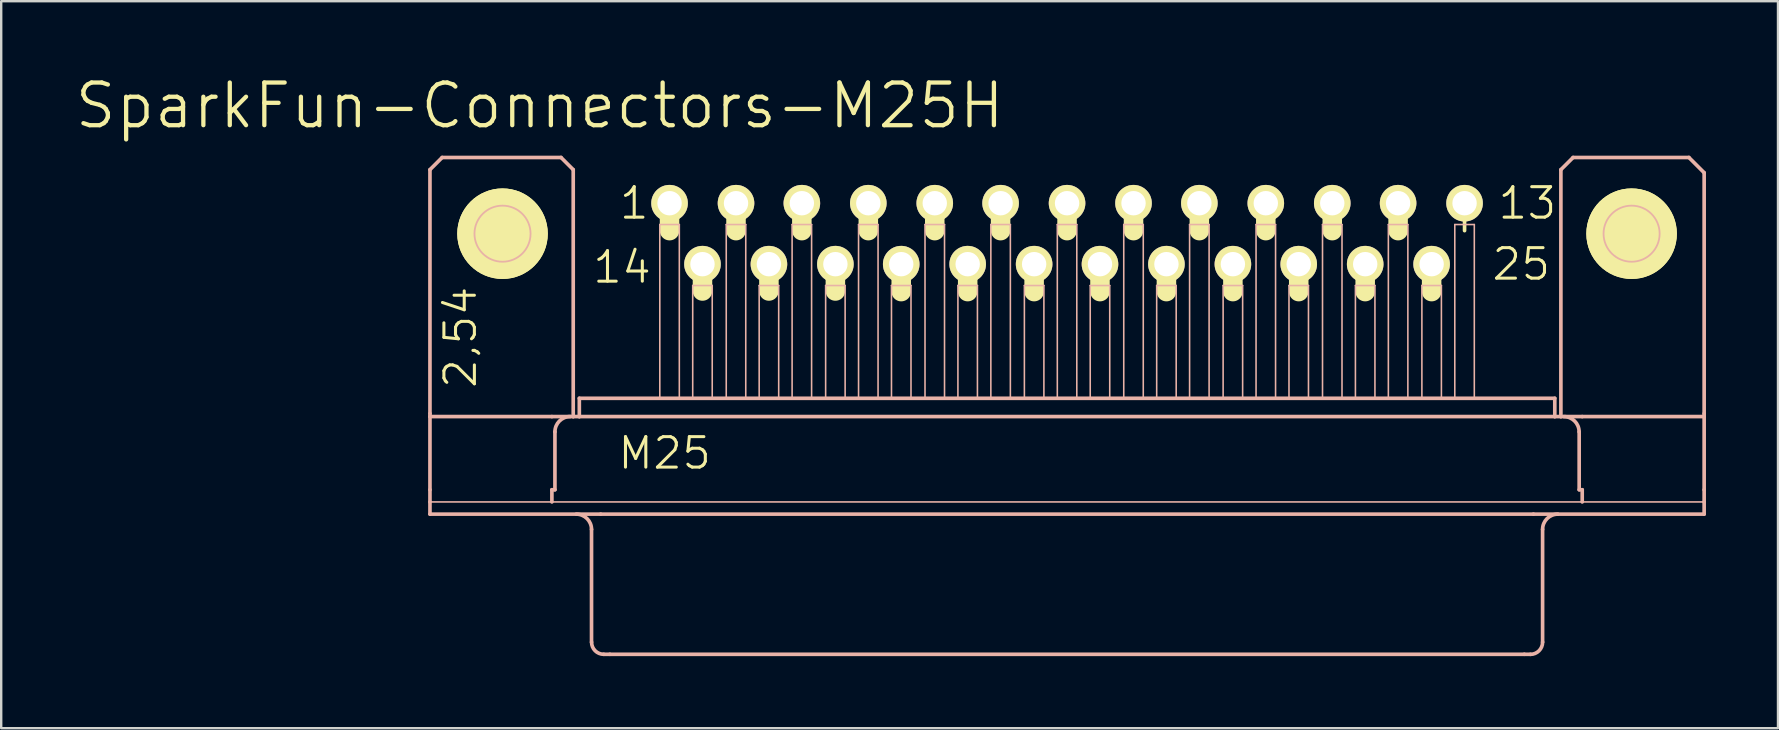
<source format=kicad_pcb>
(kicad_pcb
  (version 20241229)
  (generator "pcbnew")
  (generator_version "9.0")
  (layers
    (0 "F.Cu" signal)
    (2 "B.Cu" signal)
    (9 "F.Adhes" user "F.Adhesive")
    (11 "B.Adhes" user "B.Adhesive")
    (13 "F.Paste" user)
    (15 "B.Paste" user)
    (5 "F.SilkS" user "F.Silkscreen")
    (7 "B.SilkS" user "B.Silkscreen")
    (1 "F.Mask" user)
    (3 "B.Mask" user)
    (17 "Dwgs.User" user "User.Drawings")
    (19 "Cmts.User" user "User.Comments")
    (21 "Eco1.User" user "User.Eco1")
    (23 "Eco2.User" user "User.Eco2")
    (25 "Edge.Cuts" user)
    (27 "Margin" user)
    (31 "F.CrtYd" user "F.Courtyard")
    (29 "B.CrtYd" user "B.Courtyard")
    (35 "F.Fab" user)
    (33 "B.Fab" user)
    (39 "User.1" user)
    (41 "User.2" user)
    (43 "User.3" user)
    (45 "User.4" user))
  (footprint "SparkFun-Connectors-M25H"
    (layer "F.Cu")
    (at 41.406 6.686)
    (property "Reference" "SparkFun-Connectors-M25H" (at -21.971 -5.334 0) (layer "F.SilkS") (effects (font (size 1.778 1.778) (thickness 0.178))))
    (attr exclude_from_pos_files exclude_from_bom)
    (fp_line (start -25.171 0) (end -21.869 0) (stroke (width 0.127) (type solid)) (layer "F.SilkS"))
    (fp_line (start -23.52 1.651) (end -23.52 -1.651) (stroke (width 0.127) (type solid)) (layer "F.SilkS"))
    (fp_line (start -16.561 -1.143) (end -16.561 -0.127) (stroke (width 0.813) (type solid)) (layer "F.SilkS"))
    (fp_line (start -15.189 1.372) (end -15.189 2.388) (stroke (width 0.813) (type solid)) (layer "F.SilkS"))
    (fp_line (start -13.792 -1.143) (end -13.792 -0.127) (stroke (width 0.813) (type solid)) (layer "F.SilkS"))
    (fp_line (start -12.421 1.372) (end -12.421 2.388) (stroke (width 0.813) (type solid)) (layer "F.SilkS"))
    (fp_line (start -11.049 -1.143) (end -11.049 -0.127) (stroke (width 0.813) (type solid)) (layer "F.SilkS"))
    (fp_line (start -9.652 1.372) (end -9.652 2.388) (stroke (width 0.813) (type solid)) (layer "F.SilkS"))
    (fp_line (start -8.28 -1.143) (end -8.28 -0.127) (stroke (width 0.813) (type solid)) (layer "F.SilkS"))
    (fp_line (start -6.909 1.397) (end -6.909 2.413) (stroke (width 0.813) (type solid)) (layer "F.SilkS"))
    (fp_line (start -5.512 -1.143) (end -5.512 -0.127) (stroke (width 0.813) (type solid)) (layer "F.SilkS"))
    (fp_line (start -4.14 1.397) (end -4.14 2.413) (stroke (width 0.813) (type solid)) (layer "F.SilkS"))
    (fp_line (start -2.769 -1.143) (end -2.769 -0.127) (stroke (width 0.813) (type solid)) (layer "F.SilkS"))
    (fp_line (start -1.372 1.397) (end -1.372 2.413) (stroke (width 0.813) (type solid)) (layer "F.SilkS"))
    (fp_line (start 0 -1.143) (end 0 -0.127) (stroke (width 0.813) (type solid)) (layer "F.SilkS"))
    (fp_line (start 1.372 1.397) (end 1.372 2.413) (stroke (width 0.813) (type solid)) (layer "F.SilkS"))
    (fp_line (start 2.769 -1.143) (end 2.769 -0.127) (stroke (width 0.813) (type solid)) (layer "F.SilkS"))
    (fp_line (start 4.14 1.397) (end 4.14 2.413) (stroke (width 0.813) (type solid)) (layer "F.SilkS"))
    (fp_line (start 5.512 -1.143) (end 5.512 -0.127) (stroke (width 0.813) (type solid)) (layer "F.SilkS"))
    (fp_line (start 6.909 1.397) (end 6.909 2.413) (stroke (width 0.813) (type solid)) (layer "F.SilkS"))
    (fp_line (start 8.28 -1.143) (end 8.28 -0.127) (stroke (width 0.813) (type solid)) (layer "F.SilkS"))
    (fp_line (start 9.652 1.397) (end 9.652 2.413) (stroke (width 0.813) (type solid)) (layer "F.SilkS"))
    (fp_line (start 11.049 -1.143) (end 11.049 -0.127) (stroke (width 0.813) (type solid)) (layer "F.SilkS"))
    (fp_line (start 12.421 1.397) (end 12.421 2.413) (stroke (width 0.813) (type solid)) (layer "F.SilkS"))
    (fp_line (start 13.792 -1.143) (end 13.792 -0.127) (stroke (width 0.813) (type solid)) (layer "F.SilkS"))
    (fp_line (start 15.189 1.397) (end 15.189 2.413) (stroke (width 0.813) (type solid)) (layer "F.SilkS"))
    (fp_line (start 16.561 -1.143) (end 16.561 -0.127) (stroke (width 0.152) (type solid)) (layer "F.SilkS"))
    (fp_line (start 21.869 0) (end 25.171 0) (stroke (width 0.127) (type solid)) (layer "F.SilkS"))
    (fp_line (start 23.52 1.651) (end 23.52 -1.651) (stroke (width 0.127) (type solid)) (layer "F.SilkS"))
    (fp_circle (center -23.52 0) (end -24.854 1.333) (stroke (width 0) (type solid)) (fill yes) (layer "F.SilkS"))
    (fp_circle (center -23.52 0) (end -24.854 1.333) (stroke (width 0) (type solid)) (fill yes) (layer "F.SilkS"))
    (fp_circle (center -23.52 0) (end -24.346 0.826) (stroke (width 0.127) (type solid)) (fill no) (layer "F.SilkS"))
    (fp_circle (center 23.52 0) (end 24.346 0.826) (stroke (width 0.127) (type solid)) (fill no) (layer "F.SilkS"))
    (fp_circle (center 23.52 0) (end 24.854 1.333) (stroke (width 0) (type solid)) (fill yes) (layer "F.SilkS"))
    (fp_circle (center 23.52 0) (end 24.854 1.333) (stroke (width 0) (type solid)) (fill yes) (layer "F.SilkS"))
    (fp_line (start -26.543 -2.667) (end -26.543 7.493) (stroke (width 0.152) (type solid)) (layer "B.SilkS"))
    (fp_line (start -26.543 7.62) (end -26.543 7.493) (stroke (width 0.152) (type solid)) (layer "B.SilkS"))
    (fp_line (start -26.543 10.668) (end -26.543 7.62) (stroke (width 0.152) (type solid)) (layer "B.SilkS"))
    (fp_line (start -26.543 11.176) (end -26.543 10.668) (stroke (width 0.152) (type solid)) (layer "B.SilkS"))
    (fp_line (start -26.543 11.176) (end 26.543 11.176) (stroke (width 0.066) (type solid)) (layer "B.SilkS"))
    (fp_line (start -26.543 11.684) (end -26.543 11.176) (stroke (width 0.066) (type solid)) (layer "B.SilkS"))
    (fp_line (start -26.543 11.684) (end -26.543 11.176) (stroke (width 0.152) (type solid)) (layer "B.SilkS"))
    (fp_line (start -26.543 11.684) (end 26.543 11.684) (stroke (width 0.066) (type solid)) (layer "B.SilkS"))
    (fp_line (start -26.035 -3.175) (end -26.543 -2.667) (stroke (width 0.152) (type solid)) (layer "B.SilkS"))
    (fp_line (start -21.463 7.62) (end -26.543 7.62) (stroke (width 0.152) (type solid)) (layer "B.SilkS"))
    (fp_line (start -21.463 10.668) (end -21.463 11.176) (stroke (width 0.152) (type solid)) (layer "B.SilkS"))
    (fp_line (start -21.336 8.255) (end -21.336 10.668) (stroke (width 0.152) (type solid)) (layer "B.SilkS"))
    (fp_line (start -21.336 10.668) (end -21.463 10.668) (stroke (width 0.152) (type solid)) (layer "B.SilkS"))
    (fp_line (start -21.082 -3.175) (end -26.035 -3.175) (stroke (width 0.152) (type solid)) (layer "B.SilkS"))
    (fp_line (start -20.574 -2.667) (end -21.082 -3.175) (stroke (width 0.152) (type solid)) (layer "B.SilkS"))
    (fp_line (start -20.574 -2.667) (end -20.574 7.62) (stroke (width 0.152) (type solid)) (layer "B.SilkS"))
    (fp_line (start -20.574 7.62) (end -21.463 7.62) (stroke (width 0.152) (type solid)) (layer "B.SilkS"))
    (fp_line (start -20.32 6.858) (end 20.32 6.858) (stroke (width 0.066) (type solid)) (layer "B.SilkS"))
    (fp_line (start -20.32 7.62) (end -20.574 7.62) (stroke (width 0.152) (type solid)) (layer "B.SilkS"))
    (fp_line (start -20.32 7.62) (end -20.32 6.858) (stroke (width 0.066) (type solid)) (layer "B.SilkS"))
    (fp_line (start -20.32 7.62) (end -20.32 6.858) (stroke (width 0.152) (type solid)) (layer "B.SilkS"))
    (fp_line (start -20.32 7.62) (end 20.32 7.62) (stroke (width 0.066) (type solid)) (layer "B.SilkS"))
    (fp_line (start -19.812 12.319) (end -19.812 17.018) (stroke (width 0.152) (type solid)) (layer "B.SilkS"))
    (fp_line (start -19.431 11.684) (end -26.543 11.684) (stroke (width 0.152) (type solid)) (layer "B.SilkS"))
    (fp_line (start -19.05 17.523) (end -19.304 17.523) (stroke (width 0.152) (type solid)) (layer "B.SilkS"))
    (fp_line (start -16.967 -0.381) (end -16.154 -0.381) (stroke (width 0.066) (type solid)) (layer "B.SilkS"))
    (fp_line (start -16.967 6.858) (end -16.967 -0.381) (stroke (width 0.066) (type solid)) (layer "B.SilkS"))
    (fp_line (start -16.967 6.858) (end -16.154 6.858) (stroke (width 0.066) (type solid)) (layer "B.SilkS"))
    (fp_line (start -16.154 6.858) (end -16.154 -0.381) (stroke (width 0.066) (type solid)) (layer "B.SilkS"))
    (fp_line (start -15.596 2.159) (end -14.783 2.159) (stroke (width 0.066) (type solid)) (layer "B.SilkS"))
    (fp_line (start -15.596 6.858) (end -15.596 2.159) (stroke (width 0.066) (type solid)) (layer "B.SilkS"))
    (fp_line (start -15.596 6.858) (end -14.783 6.858) (stroke (width 0.066) (type solid)) (layer "B.SilkS"))
    (fp_line (start -14.783 6.858) (end -14.783 2.159) (stroke (width 0.066) (type solid)) (layer "B.SilkS"))
    (fp_line (start -14.199 -0.381) (end -13.386 -0.381) (stroke (width 0.066) (type solid)) (layer "B.SilkS"))
    (fp_line (start -14.199 6.858) (end -14.199 -0.381) (stroke (width 0.066) (type solid)) (layer "B.SilkS"))
    (fp_line (start -14.199 6.858) (end -13.386 6.858) (stroke (width 0.066) (type solid)) (layer "B.SilkS"))
    (fp_line (start -13.386 6.858) (end -13.386 -0.381) (stroke (width 0.066) (type solid)) (layer "B.SilkS"))
    (fp_line (start -12.827 2.159) (end -12.014 2.159) (stroke (width 0.066) (type solid)) (layer "B.SilkS"))
    (fp_line (start -12.827 6.858) (end -12.827 2.159) (stroke (width 0.066) (type solid)) (layer "B.SilkS"))
    (fp_line (start -12.827 6.858) (end -12.014 6.858) (stroke (width 0.066) (type solid)) (layer "B.SilkS"))
    (fp_line (start -12.014 6.858) (end -12.014 2.159) (stroke (width 0.066) (type solid)) (layer "B.SilkS"))
    (fp_line (start -11.455 -0.381) (end -10.643 -0.381) (stroke (width 0.066) (type solid)) (layer "B.SilkS"))
    (fp_line (start -11.455 6.858) (end -11.455 -0.381) (stroke (width 0.066) (type solid)) (layer "B.SilkS"))
    (fp_line (start -11.455 6.858) (end -10.643 6.858) (stroke (width 0.066) (type solid)) (layer "B.SilkS"))
    (fp_line (start -10.643 6.858) (end -10.643 -0.381) (stroke (width 0.066) (type solid)) (layer "B.SilkS"))
    (fp_line (start -10.058 2.159) (end -9.246 2.159) (stroke (width 0.066) (type solid)) (layer "B.SilkS"))
    (fp_line (start -10.058 6.858) (end -10.058 2.159) (stroke (width 0.066) (type solid)) (layer "B.SilkS"))
    (fp_line (start -10.058 6.858) (end -9.246 6.858) (stroke (width 0.066) (type solid)) (layer "B.SilkS"))
    (fp_line (start -9.246 6.858) (end -9.246 2.159) (stroke (width 0.066) (type solid)) (layer "B.SilkS"))
    (fp_line (start -8.687 -0.381) (end -7.874 -0.381) (stroke (width 0.066) (type solid)) (layer "B.SilkS"))
    (fp_line (start -8.687 6.858) (end -8.687 -0.381) (stroke (width 0.066) (type solid)) (layer "B.SilkS"))
    (fp_line (start -8.687 6.858) (end -7.874 6.858) (stroke (width 0.066) (type solid)) (layer "B.SilkS"))
    (fp_line (start -7.874 6.858) (end -7.874 -0.381) (stroke (width 0.066) (type solid)) (layer "B.SilkS"))
    (fp_line (start -7.315 2.159) (end -6.502 2.159) (stroke (width 0.066) (type solid)) (layer "B.SilkS"))
    (fp_line (start -7.315 6.858) (end -7.315 2.159) (stroke (width 0.066) (type solid)) (layer "B.SilkS"))
    (fp_line (start -7.315 6.858) (end -6.502 6.858) (stroke (width 0.066) (type solid)) (layer "B.SilkS"))
    (fp_line (start -6.502 6.858) (end -6.502 2.159) (stroke (width 0.066) (type solid)) (layer "B.SilkS"))
    (fp_line (start -5.918 -0.381) (end -5.105 -0.381) (stroke (width 0.066) (type solid)) (layer "B.SilkS"))
    (fp_line (start -5.918 6.858) (end -5.918 -0.381) (stroke (width 0.066) (type solid)) (layer "B.SilkS"))
    (fp_line (start -5.918 6.858) (end -5.105 6.858) (stroke (width 0.066) (type solid)) (layer "B.SilkS"))
    (fp_line (start -5.105 6.858) (end -5.105 -0.381) (stroke (width 0.066) (type solid)) (layer "B.SilkS"))
    (fp_line (start -4.547 2.159) (end -3.734 2.159) (stroke (width 0.066) (type solid)) (layer "B.SilkS"))
    (fp_line (start -4.547 6.858) (end -4.547 2.159) (stroke (width 0.066) (type solid)) (layer "B.SilkS"))
    (fp_line (start -4.547 6.858) (end -3.734 6.858) (stroke (width 0.066) (type solid)) (layer "B.SilkS"))
    (fp_line (start -3.734 6.858) (end -3.734 2.159) (stroke (width 0.066) (type solid)) (layer "B.SilkS"))
    (fp_line (start -3.175 -0.381) (end -2.362 -0.381) (stroke (width 0.066) (type solid)) (layer "B.SilkS"))
    (fp_line (start -3.175 6.858) (end -3.175 -0.381) (stroke (width 0.066) (type solid)) (layer "B.SilkS"))
    (fp_line (start -3.175 6.858) (end -2.362 6.858) (stroke (width 0.066) (type solid)) (layer "B.SilkS"))
    (fp_line (start -2.362 6.858) (end -2.362 -0.381) (stroke (width 0.066) (type solid)) (layer "B.SilkS"))
    (fp_line (start -1.778 2.159) (end -0.965 2.159) (stroke (width 0.066) (type solid)) (layer "B.SilkS"))
    (fp_line (start -1.778 6.858) (end -1.778 2.159) (stroke (width 0.066) (type solid)) (layer "B.SilkS"))
    (fp_line (start -1.778 6.858) (end -0.965 6.858) (stroke (width 0.066) (type solid)) (layer "B.SilkS"))
    (fp_line (start -0.965 6.858) (end -0.965 2.159) (stroke (width 0.066) (type solid)) (layer "B.SilkS"))
    (fp_line (start -0.406 -0.381) (end 0.406 -0.381) (stroke (width 0.066) (type solid)) (layer "B.SilkS"))
    (fp_line (start -0.406 6.858) (end -0.406 -0.381) (stroke (width 0.066) (type solid)) (layer "B.SilkS"))
    (fp_line (start -0.406 6.858) (end 0.406 6.858) (stroke (width 0.066) (type solid)) (layer "B.SilkS"))
    (fp_line (start 0.406 6.858) (end 0.406 -0.381) (stroke (width 0.066) (type solid)) (layer "B.SilkS"))
    (fp_line (start 0.965 2.159) (end 1.778 2.159) (stroke (width 0.066) (type solid)) (layer "B.SilkS"))
    (fp_line (start 0.965 6.858) (end 0.965 2.159) (stroke (width 0.066) (type solid)) (layer "B.SilkS"))
    (fp_line (start 0.965 6.858) (end 1.778 6.858) (stroke (width 0.066) (type solid)) (layer "B.SilkS"))
    (fp_line (start 1.778 6.858) (end 1.778 2.159) (stroke (width 0.066) (type solid)) (layer "B.SilkS"))
    (fp_line (start 2.362 -0.381) (end 3.175 -0.381) (stroke (width 0.066) (type solid)) (layer "B.SilkS"))
    (fp_line (start 2.362 6.858) (end 2.362 -0.381) (stroke (width 0.066) (type solid)) (layer "B.SilkS"))
    (fp_line (start 2.362 6.858) (end 3.175 6.858) (stroke (width 0.066) (type solid)) (layer "B.SilkS"))
    (fp_line (start 3.175 6.858) (end 3.175 -0.381) (stroke (width 0.066) (type solid)) (layer "B.SilkS"))
    (fp_line (start 3.734 2.159) (end 4.547 2.159) (stroke (width 0.066) (type solid)) (layer "B.SilkS"))
    (fp_line (start 3.734 6.858) (end 3.734 2.159) (stroke (width 0.066) (type solid)) (layer "B.SilkS"))
    (fp_line (start 3.734 6.858) (end 4.547 6.858) (stroke (width 0.066) (type solid)) (layer "B.SilkS"))
    (fp_line (start 4.547 6.858) (end 4.547 2.159) (stroke (width 0.066) (type solid)) (layer "B.SilkS"))
    (fp_line (start 5.105 -0.381) (end 5.918 -0.381) (stroke (width 0.066) (type solid)) (layer "B.SilkS"))
    (fp_line (start 5.105 6.858) (end 5.105 -0.381) (stroke (width 0.066) (type solid)) (layer "B.SilkS"))
    (fp_line (start 5.105 6.858) (end 5.918 6.858) (stroke (width 0.066) (type solid)) (layer "B.SilkS"))
    (fp_line (start 5.918 6.858) (end 5.918 -0.381) (stroke (width 0.066) (type solid)) (layer "B.SilkS"))
    (fp_line (start 6.502 2.159) (end 7.315 2.159) (stroke (width 0.066) (type solid)) (layer "B.SilkS"))
    (fp_line (start 6.502 6.858) (end 6.502 2.159) (stroke (width 0.066) (type solid)) (layer "B.SilkS"))
    (fp_line (start 6.502 6.858) (end 7.315 6.858) (stroke (width 0.066) (type solid)) (layer "B.SilkS"))
    (fp_line (start 7.315 6.858) (end 7.315 2.159) (stroke (width 0.066) (type solid)) (layer "B.SilkS"))
    (fp_line (start 7.874 -0.381) (end 8.687 -0.381) (stroke (width 0.066) (type solid)) (layer "B.SilkS"))
    (fp_line (start 7.874 6.858) (end 7.874 -0.381) (stroke (width 0.066) (type solid)) (layer "B.SilkS"))
    (fp_line (start 7.874 6.858) (end 8.687 6.858) (stroke (width 0.066) (type solid)) (layer "B.SilkS"))
    (fp_line (start 8.687 6.858) (end 8.687 -0.381) (stroke (width 0.066) (type solid)) (layer "B.SilkS"))
    (fp_line (start 9.246 2.159) (end 10.058 2.159) (stroke (width 0.066) (type solid)) (layer "B.SilkS"))
    (fp_line (start 9.246 6.858) (end 9.246 2.159) (stroke (width 0.066) (type solid)) (layer "B.SilkS"))
    (fp_line (start 9.246 6.858) (end 10.058 6.858) (stroke (width 0.066) (type solid)) (layer "B.SilkS"))
    (fp_line (start 10.058 6.858) (end 10.058 2.159) (stroke (width 0.066) (type solid)) (layer "B.SilkS"))
    (fp_line (start 10.643 -0.381) (end 11.455 -0.381) (stroke (width 0.066) (type solid)) (layer "B.SilkS"))
    (fp_line (start 10.643 6.858) (end 10.643 -0.381) (stroke (width 0.066) (type solid)) (layer "B.SilkS"))
    (fp_line (start 10.643 6.858) (end 11.455 6.858) (stroke (width 0.066) (type solid)) (layer "B.SilkS"))
    (fp_line (start 11.455 6.858) (end 11.455 -0.381) (stroke (width 0.066) (type solid)) (layer "B.SilkS"))
    (fp_line (start 12.014 2.159) (end 12.827 2.159) (stroke (width 0.066) (type solid)) (layer "B.SilkS"))
    (fp_line (start 12.014 6.858) (end 12.014 2.159) (stroke (width 0.066) (type solid)) (layer "B.SilkS"))
    (fp_line (start 12.014 6.858) (end 12.827 6.858) (stroke (width 0.066) (type solid)) (layer "B.SilkS"))
    (fp_line (start 12.827 6.858) (end 12.827 2.159) (stroke (width 0.066) (type solid)) (layer "B.SilkS"))
    (fp_line (start 13.386 -0.381) (end 14.199 -0.381) (stroke (width 0.066) (type solid)) (layer "B.SilkS"))
    (fp_line (start 13.386 6.858) (end 13.386 -0.381) (stroke (width 0.066) (type solid)) (layer "B.SilkS"))
    (fp_line (start 13.386 6.858) (end 14.199 6.858) (stroke (width 0.066) (type solid)) (layer "B.SilkS"))
    (fp_line (start 14.199 6.858) (end 14.199 -0.381) (stroke (width 0.066) (type solid)) (layer "B.SilkS"))
    (fp_line (start 14.783 2.159) (end 15.596 2.159) (stroke (width 0.066) (type solid)) (layer "B.SilkS"))
    (fp_line (start 14.783 6.858) (end 14.783 2.159) (stroke (width 0.066) (type solid)) (layer "B.SilkS"))
    (fp_line (start 14.783 6.858) (end 15.596 6.858) (stroke (width 0.066) (type solid)) (layer "B.SilkS"))
    (fp_line (start 15.596 6.858) (end 15.596 2.159) (stroke (width 0.066) (type solid)) (layer "B.SilkS"))
    (fp_line (start 16.154 -0.381) (end 16.967 -0.381) (stroke (width 0.066) (type solid)) (layer "B.SilkS"))
    (fp_line (start 16.154 6.858) (end 16.154 -0.381) (stroke (width 0.066) (type solid)) (layer "B.SilkS"))
    (fp_line (start 16.154 6.858) (end 16.967 6.858) (stroke (width 0.066) (type solid)) (layer "B.SilkS"))
    (fp_line (start 16.967 6.858) (end 16.967 -0.381) (stroke (width 0.066) (type solid)) (layer "B.SilkS"))
    (fp_line (start 19.05 17.523) (end -19.05 17.523) (stroke (width 0.152) (type solid)) (layer "B.SilkS"))
    (fp_line (start 19.304 17.523) (end 19.05 17.523) (stroke (width 0.152) (type solid)) (layer "B.SilkS"))
    (fp_line (start 19.431 11.684) (end -19.431 11.684) (stroke (width 0.152) (type solid)) (layer "B.SilkS"))
    (fp_line (start 19.812 12.319) (end 19.812 17.018) (stroke (width 0.152) (type solid)) (layer "B.SilkS"))
    (fp_line (start 20.32 6.858) (end -20.32 6.858) (stroke (width 0.152) (type solid)) (layer "B.SilkS"))
    (fp_line (start 20.32 7.62) (end -20.32 7.62) (stroke (width 0.152) (type solid)) (layer "B.SilkS"))
    (fp_line (start 20.32 7.62) (end 20.32 6.858) (stroke (width 0.066) (type solid)) (layer "B.SilkS"))
    (fp_line (start 20.32 7.62) (end 20.32 6.858) (stroke (width 0.152) (type solid)) (layer "B.SilkS"))
    (fp_line (start 20.574 -2.667) (end 20.574 7.62) (stroke (width 0.152) (type solid)) (layer "B.SilkS"))
    (fp_line (start 20.574 7.62) (end 20.32 7.62) (stroke (width 0.152) (type solid)) (layer "B.SilkS"))
    (fp_line (start 21.082 -3.175) (end 20.574 -2.667) (stroke (width 0.152) (type solid)) (layer "B.SilkS"))
    (fp_line (start 21.082 -3.175) (end 25.908 -3.175) (stroke (width 0.152) (type solid)) (layer "B.SilkS"))
    (fp_line (start 21.336 8.255) (end 21.336 10.668) (stroke (width 0.152) (type solid)) (layer "B.SilkS"))
    (fp_line (start 21.463 7.62) (end 20.574 7.62) (stroke (width 0.152) (type solid)) (layer "B.SilkS"))
    (fp_line (start 21.463 10.668) (end 21.336 10.668) (stroke (width 0.152) (type solid)) (layer "B.SilkS"))
    (fp_line (start 21.463 10.668) (end 21.463 11.176) (stroke (width 0.152) (type solid)) (layer "B.SilkS"))
    (fp_line (start 25.908 -3.175) (end 26.543 -2.54) (stroke (width 0.152) (type solid)) (layer "B.SilkS"))
    (fp_line (start 26.543 -2.54) (end 26.543 7.493) (stroke (width 0.152) (type solid)) (layer "B.SilkS"))
    (fp_line (start 26.543 7.62) (end 21.463 7.62) (stroke (width 0.152) (type solid)) (layer "B.SilkS"))
    (fp_line (start 26.543 7.62) (end 26.543 7.493) (stroke (width 0.152) (type solid)) (layer "B.SilkS"))
    (fp_line (start 26.543 7.62) (end 26.543 10.668) (stroke (width 0.152) (type solid)) (layer "B.SilkS"))
    (fp_line (start 26.543 10.668) (end 26.543 11.176) (stroke (width 0.152) (type solid)) (layer "B.SilkS"))
    (fp_line (start 26.543 11.176) (end 26.543 11.684) (stroke (width 0.152) (type solid)) (layer "B.SilkS"))
    (fp_line (start 26.543 11.684) (end 19.431 11.684) (stroke (width 0.152) (type solid)) (layer "B.SilkS"))
    (fp_line (start 26.543 11.684) (end 26.543 11.176) (stroke (width 0.066) (type solid)) (layer "B.SilkS"))
    (fp_arc (start -21.336 8.255) (mid -21.149269 7.804191) (end -20.69846 7.61746) (stroke (width 0.1524) (type solid)) (layer "B.SilkS"))
    (fp_arc (start -20.447 11.684) (mid -19.997987 11.869987) (end -19.812 12.319) (stroke (width 0.1524) (type solid)) (layer "B.SilkS"))
    (fp_arc (start -19.304 17.52346) (mid -19.661414 17.375414) (end -19.80946 17.018) (stroke (width 0.1524) (type solid)) (layer "B.SilkS"))
    (fp_arc (start 19.812 12.319) (mid 19.997987 11.869987) (end 20.447 11.684) (stroke (width 0.1524) (type solid)) (layer "B.SilkS"))
    (fp_arc (start 19.812 17.018) (mid 19.66321 17.37721) (end 19.304 17.526) (stroke (width 0.1524) (type solid)) (layer "B.SilkS"))
    (fp_arc (start 20.69846 7.62) (mid 21.147473 7.805987) (end 21.33346 8.255) (stroke (width 0.1524) (type solid)) (layer "B.SilkS"))
    (fp_circle (center -23.52 0) (end -24.346 0.826) (stroke (width 0.076) (type solid)) (fill no) (layer "B.SilkS"))
    (fp_circle (center 23.52 0) (end 24.346 0.826) (stroke (width 0.076) (type solid)) (fill no) (layer "B.SilkS"))
    (fp_text user "2,54" (at -25.273 4.318 90) (layer "F.SilkS") (effects (font (size 1.27 1.27) (thickness 0.127))))
    (fp_text user "13" (at 19.177 -1.27 0) (layer "F.SilkS") (effects (font (size 1.27 1.27) (thickness 0.127))))
    (fp_text user "M25" (at -16.764 9.144 0) (layer "F.SilkS") (effects (font (size 1.27 1.27) (thickness 0.127))))
    (fp_text user "1" (at -18.034 -1.27 0) (layer "F.SilkS") (effects (font (size 1.27 1.27) (thickness 0.127))))
    (fp_text user "14" (at -18.542 1.397 0) (layer "F.SilkS") (effects (font (size 1.27 1.27) (thickness 0.127))))
    (fp_text user "25" (at 18.923 1.27 0) (layer "F.SilkS") (effects (font (size 1.27 1.27) (thickness 0.127))))
    (pad "1" thru_hole circle (at -16.561 -1.27) (size 1.524 1.524) (drill 1.016) (layers "*.Cu" "F.Mask" "F.SilkS" "F.Paste"))
    (pad "2" thru_hole circle (at -13.792 -1.27) (size 1.524 1.524) (drill 1.016) (layers "*.Cu" "F.Mask" "F.SilkS" "F.Paste"))
    (pad "3" thru_hole circle (at -11.049 -1.27) (size 1.524 1.524) (drill 1.016) (layers "*.Cu" "F.Mask" "F.SilkS" "F.Paste"))
    (pad "4" thru_hole circle (at -8.28 -1.27) (size 1.524 1.524) (drill 1.016) (layers "*.Cu" "F.Mask" "F.SilkS" "F.Paste"))
    (pad "5" thru_hole circle (at -5.512 -1.27) (size 1.524 1.524) (drill 1.016) (layers "*.Cu" "F.Mask" "F.SilkS" "F.Paste"))
    (pad "6" thru_hole circle (at -2.769 -1.27) (size 1.524 1.524) (drill 1.016) (layers "*.Cu" "F.Mask" "F.SilkS" "F.Paste"))
    (pad "7" thru_hole circle (at 0 -1.27) (size 1.524 1.524) (drill 1.016) (layers "*.Cu" "F.Mask" "F.SilkS" "F.Paste"))
    (pad "8" thru_hole circle (at 2.769 -1.27) (size 1.524 1.524) (drill 1.016) (layers "*.Cu" "F.Mask" "F.SilkS" "F.Paste"))
    (pad "9" thru_hole circle (at 5.512 -1.27) (size 1.524 1.524) (drill 1.016) (layers "*.Cu" "F.Mask" "F.SilkS" "F.Paste"))
    (pad "10" thru_hole circle (at 8.28 -1.27) (size 1.524 1.524) (drill 1.016) (layers "*.Cu" "F.Mask" "F.SilkS" "F.Paste"))
    (pad "11" thru_hole circle (at 11.049 -1.27) (size 1.524 1.524) (drill 1.016) (layers "*.Cu" "F.Mask" "F.SilkS" "F.Paste"))
    (pad "12" thru_hole circle (at 13.792 -1.27) (size 1.524 1.524) (drill 1.016) (layers "*.Cu" "F.Mask" "F.SilkS" "F.Paste"))
    (pad "13" thru_hole circle (at 16.561 -1.27) (size 1.524 1.524) (drill 1.016) (layers "*.Cu" "F.Mask" "F.SilkS" "F.Paste"))
    (pad "14" thru_hole circle (at -15.189 1.27) (size 1.524 1.524) (drill 1.016) (layers "*.Cu" "F.Mask" "F.SilkS" "F.Paste"))
    (pad "15" thru_hole circle (at -12.421 1.27) (size 1.524 1.524) (drill 1.016) (layers "*.Cu" "F.Mask" "F.SilkS" "F.Paste"))
    (pad "16" thru_hole circle (at -9.652 1.27) (size 1.524 1.524) (drill 1.016) (layers "*.Cu" "F.Mask" "F.SilkS" "F.Paste"))
    (pad "17" thru_hole circle (at -6.909 1.27) (size 1.524 1.524) (drill 1.016) (layers "*.Cu" "F.Mask" "F.SilkS" "F.Paste"))
    (pad "18" thru_hole circle (at -4.14 1.27) (size 1.524 1.524) (drill 1.016) (layers "*.Cu" "F.Mask" "F.SilkS" "F.Paste"))
    (pad "19" thru_hole circle (at -1.372 1.27) (size 1.524 1.524) (drill 1.016) (layers "*.Cu" "F.Mask" "F.SilkS" "F.Paste"))
    (pad "20" thru_hole circle (at 1.372 1.27) (size 1.524 1.524) (drill 1.016) (layers "*.Cu" "F.Mask" "F.SilkS" "F.Paste"))
    (pad "21" thru_hole circle (at 4.14 1.27) (size 1.524 1.524) (drill 1.016) (layers "*.Cu" "F.Mask" "F.SilkS" "F.Paste"))
    (pad "22" thru_hole circle (at 6.909 1.27) (size 1.524 1.524) (drill 1.016) (layers "*.Cu" "F.Mask" "F.SilkS" "F.Paste"))
    (pad "23" thru_hole circle (at 9.652 1.27) (size 1.524 1.524) (drill 1.016) (layers "*.Cu" "F.Mask" "F.SilkS" "F.Paste"))
    (pad "24" thru_hole circle (at 12.421 1.27) (size 1.524 1.524) (drill 1.016) (layers "*.Cu" "F.Mask" "F.SilkS" "F.Paste"))
    (pad "25" thru_hole circle (at 15.189 1.27) (size 1.524 1.524) (drill 1.016) (layers "*.Cu" "F.Mask" "F.SilkS" "F.Paste")))
  (gr_rect
    (start -3 -3)
    (end 71.025 27.288)
    (stroke (width 0.1) (type default))
    (fill no)
    (layer "Edge.Cuts")))
</source>
